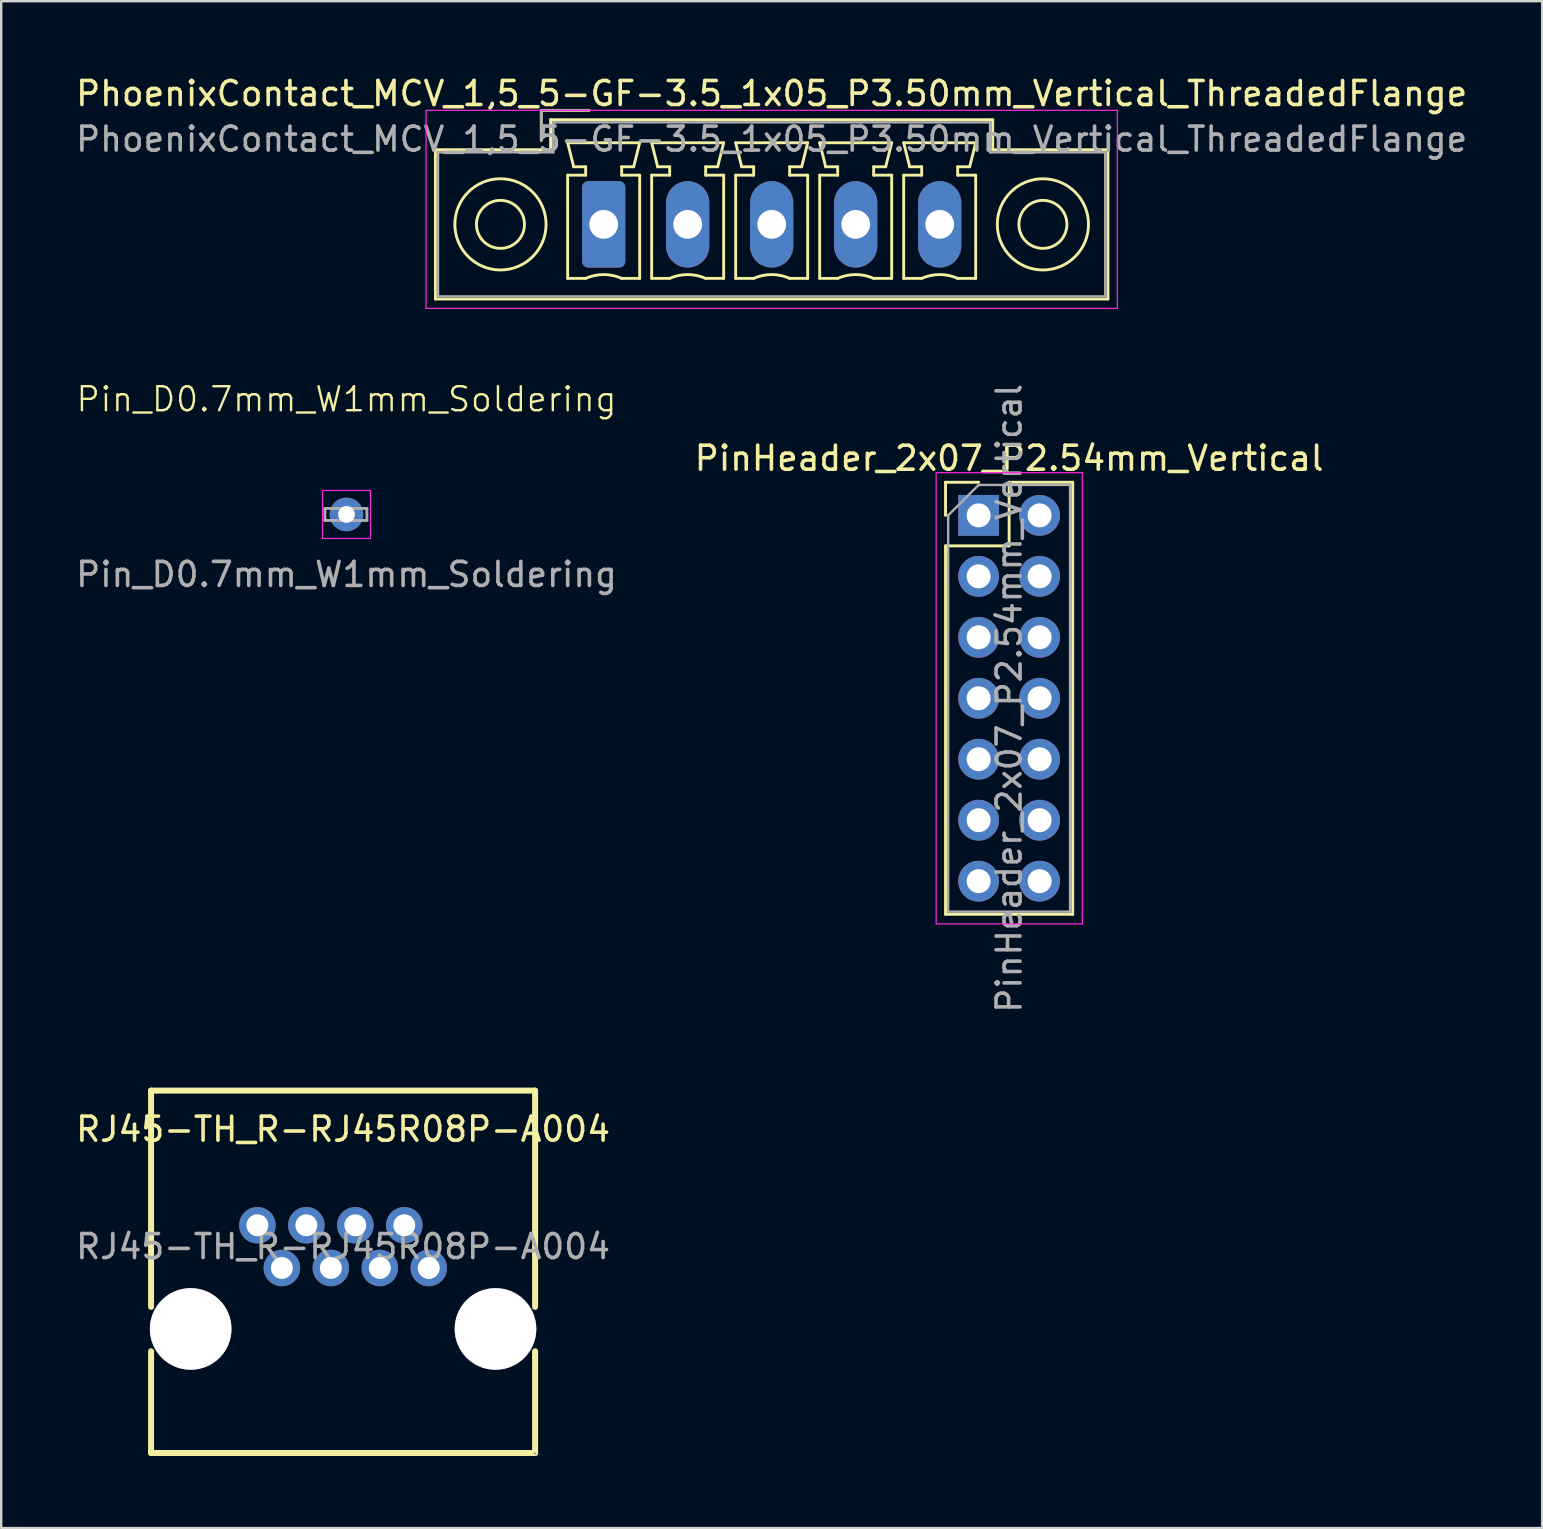
<source format=kicad_pcb>
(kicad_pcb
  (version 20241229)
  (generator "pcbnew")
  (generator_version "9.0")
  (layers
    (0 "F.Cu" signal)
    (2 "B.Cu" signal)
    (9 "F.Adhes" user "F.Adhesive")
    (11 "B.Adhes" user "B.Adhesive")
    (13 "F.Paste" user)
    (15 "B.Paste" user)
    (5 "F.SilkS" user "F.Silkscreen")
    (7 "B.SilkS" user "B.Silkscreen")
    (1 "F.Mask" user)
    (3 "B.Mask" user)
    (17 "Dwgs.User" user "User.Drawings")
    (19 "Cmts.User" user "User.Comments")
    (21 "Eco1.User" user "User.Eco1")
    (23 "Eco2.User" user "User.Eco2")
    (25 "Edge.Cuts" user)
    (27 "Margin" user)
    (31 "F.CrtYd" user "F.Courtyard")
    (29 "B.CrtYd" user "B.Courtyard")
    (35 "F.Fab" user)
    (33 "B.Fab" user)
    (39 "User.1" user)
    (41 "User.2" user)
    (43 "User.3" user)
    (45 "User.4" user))
  (footprint "PhoenixContact_MCV_1,5_5-GF-3.5_1x05_P3.50mm_Vertical_ThreadedFlange"
    (layer "F.Cu")
    (at 22.101 6.298)
    (property "Reference" "PhoenixContact_MCV_1,5_5-GF-3.5_1x05_P3.50mm_Vertical_ThreadedFlange" (at 7 -5.45 0) (layer "F.SilkS") (effects (font (size 1 1) (thickness 0.15))))
    (attr through_hole)
    (fp_line (start -7.01 -3.11) (end -7.01 3.11) (stroke (width 0.12) (type solid)) (layer "F.SilkS"))
    (fp_line (start -7.01 3.11) (end 21.01 3.11) (stroke (width 0.12) (type solid)) (layer "F.SilkS"))
    (fp_line (start -2.6 -4.75) (end -0.6 -4.75) (stroke (width 0.12) (type solid)) (layer "F.SilkS"))
    (fp_line (start -2.6 -3.5) (end -2.6 -4.75) (stroke (width 0.12) (type solid)) (layer "F.SilkS"))
    (fp_line (start -2.21 -4.36) (end -2.21 -3.11) (stroke (width 0.12) (type solid)) (layer "F.SilkS"))
    (fp_line (start -2.21 -3.11) (end -7.01 -3.11) (stroke (width 0.12) (type solid)) (layer "F.SilkS"))
    (fp_line (start -1.5 -3.4) (end 1.5 -3.4) (stroke (width 0.12) (type solid)) (layer "F.SilkS"))
    (fp_line (start -1.5 -2.05) (end -0.75 -2.05) (stroke (width 0.12) (type solid)) (layer "F.SilkS"))
    (fp_line (start -1.5 2.25) (end -1.5 -2.05) (stroke (width 0.12) (type solid)) (layer "F.SilkS"))
    (fp_line (start -1.25 -2.4) (end -1.5 -3.4) (stroke (width 0.12) (type solid)) (layer "F.SilkS"))
    (fp_line (start -0.75 -2.4) (end -1.25 -2.4) (stroke (width 0.12) (type solid)) (layer "F.SilkS"))
    (fp_line (start -0.75 -2.05) (end -0.75 -2.4) (stroke (width 0.12) (type solid)) (layer "F.SilkS"))
    (fp_line (start -0.75 2.25) (end -1.5 2.25) (stroke (width 0.12) (type solid)) (layer "F.SilkS"))
    (fp_line (start 0.75 -2.4) (end 0.75 -2.05) (stroke (width 0.12) (type solid)) (layer "F.SilkS"))
    (fp_line (start 0.75 -2.05) (end 1.5 -2.05) (stroke (width 0.12) (type solid)) (layer "F.SilkS"))
    (fp_line (start 1.25 -2.4) (end 0.75 -2.4) (stroke (width 0.12) (type solid)) (layer "F.SilkS"))
    (fp_line (start 1.5 -3.4) (end 1.25 -2.4) (stroke (width 0.12) (type solid)) (layer "F.SilkS"))
    (fp_line (start 1.5 -2.05) (end 1.5 2.25) (stroke (width 0.12) (type solid)) (layer "F.SilkS"))
    (fp_line (start 1.5 2.25) (end 0.75 2.25) (stroke (width 0.12) (type solid)) (layer "F.SilkS"))
    (fp_line (start 2 -3.4) (end 5 -3.4) (stroke (width 0.12) (type solid)) (layer "F.SilkS"))
    (fp_line (start 2 -2.05) (end 2.75 -2.05) (stroke (width 0.12) (type solid)) (layer "F.SilkS"))
    (fp_line (start 2 2.25) (end 2 -2.05) (stroke (width 0.12) (type solid)) (layer "F.SilkS"))
    (fp_line (start 2.25 -2.4) (end 2 -3.4) (stroke (width 0.12) (type solid)) (layer "F.SilkS"))
    (fp_line (start 2.75 -2.4) (end 2.25 -2.4) (stroke (width 0.12) (type solid)) (layer "F.SilkS"))
    (fp_line (start 2.75 -2.05) (end 2.75 -2.4) (stroke (width 0.12) (type solid)) (layer "F.SilkS"))
    (fp_line (start 2.75 2.25) (end 2 2.25) (stroke (width 0.12) (type solid)) (layer "F.SilkS"))
    (fp_line (start 4.25 -2.4) (end 4.25 -2.05) (stroke (width 0.12) (type solid)) (layer "F.SilkS"))
    (fp_line (start 4.25 -2.05) (end 5 -2.05) (stroke (width 0.12) (type solid)) (layer "F.SilkS"))
    (fp_line (start 4.75 -2.4) (end 4.25 -2.4) (stroke (width 0.12) (type solid)) (layer "F.SilkS"))
    (fp_line (start 5 -3.4) (end 4.75 -2.4) (stroke (width 0.12) (type solid)) (layer "F.SilkS"))
    (fp_line (start 5 -2.05) (end 5 2.25) (stroke (width 0.12) (type solid)) (layer "F.SilkS"))
    (fp_line (start 5 2.25) (end 4.25 2.25) (stroke (width 0.12) (type solid)) (layer "F.SilkS"))
    (fp_line (start 5.5 -3.4) (end 8.5 -3.4) (stroke (width 0.12) (type solid)) (layer "F.SilkS"))
    (fp_line (start 5.5 -2.05) (end 6.25 -2.05) (stroke (width 0.12) (type solid)) (layer "F.SilkS"))
    (fp_line (start 5.5 2.25) (end 5.5 -2.05) (stroke (width 0.12) (type solid)) (layer "F.SilkS"))
    (fp_line (start 5.75 -2.4) (end 5.5 -3.4) (stroke (width 0.12) (type solid)) (layer "F.SilkS"))
    (fp_line (start 6.25 -2.4) (end 5.75 -2.4) (stroke (width 0.12) (type solid)) (layer "F.SilkS"))
    (fp_line (start 6.25 -2.05) (end 6.25 -2.4) (stroke (width 0.12) (type solid)) (layer "F.SilkS"))
    (fp_line (start 6.25 2.25) (end 5.5 2.25) (stroke (width 0.12) (type solid)) (layer "F.SilkS"))
    (fp_line (start 7.75 -2.4) (end 7.75 -2.05) (stroke (width 0.12) (type solid)) (layer "F.SilkS"))
    (fp_line (start 7.75 -2.05) (end 8.5 -2.05) (stroke (width 0.12) (type solid)) (layer "F.SilkS"))
    (fp_line (start 8.25 -2.4) (end 7.75 -2.4) (stroke (width 0.12) (type solid)) (layer "F.SilkS"))
    (fp_line (start 8.5 -3.4) (end 8.25 -2.4) (stroke (width 0.12) (type solid)) (layer "F.SilkS"))
    (fp_line (start 8.5 -2.05) (end 8.5 2.25) (stroke (width 0.12) (type solid)) (layer "F.SilkS"))
    (fp_line (start 8.5 2.25) (end 7.75 2.25) (stroke (width 0.12) (type solid)) (layer "F.SilkS"))
    (fp_line (start 9 -3.4) (end 12 -3.4) (stroke (width 0.12) (type solid)) (layer "F.SilkS"))
    (fp_line (start 9 -2.05) (end 9.75 -2.05) (stroke (width 0.12) (type solid)) (layer "F.SilkS"))
    (fp_line (start 9 2.25) (end 9 -2.05) (stroke (width 0.12) (type solid)) (layer "F.SilkS"))
    (fp_line (start 9.25 -2.4) (end 9 -3.4) (stroke (width 0.12) (type solid)) (layer "F.SilkS"))
    (fp_line (start 9.75 -2.4) (end 9.25 -2.4) (stroke (width 0.12) (type solid)) (layer "F.SilkS"))
    (fp_line (start 9.75 -2.05) (end 9.75 -2.4) (stroke (width 0.12) (type solid)) (layer "F.SilkS"))
    (fp_line (start 9.75 2.25) (end 9 2.25) (stroke (width 0.12) (type solid)) (layer "F.SilkS"))
    (fp_line (start 11.25 -2.4) (end 11.25 -2.05) (stroke (width 0.12) (type solid)) (layer "F.SilkS"))
    (fp_line (start 11.25 -2.05) (end 12 -2.05) (stroke (width 0.12) (type solid)) (layer "F.SilkS"))
    (fp_line (start 11.75 -2.4) (end 11.25 -2.4) (stroke (width 0.12) (type solid)) (layer "F.SilkS"))
    (fp_line (start 12 -3.4) (end 11.75 -2.4) (stroke (width 0.12) (type solid)) (layer "F.SilkS"))
    (fp_line (start 12 -2.05) (end 12 2.25) (stroke (width 0.12) (type solid)) (layer "F.SilkS"))
    (fp_line (start 12 2.25) (end 11.25 2.25) (stroke (width 0.12) (type solid)) (layer "F.SilkS"))
    (fp_line (start 12.5 -3.4) (end 15.5 -3.4) (stroke (width 0.12) (type solid)) (layer "F.SilkS"))
    (fp_line (start 12.5 -2.05) (end 13.25 -2.05) (stroke (width 0.12) (type solid)) (layer "F.SilkS"))
    (fp_line (start 12.5 2.25) (end 12.5 -2.05) (stroke (width 0.12) (type solid)) (layer "F.SilkS"))
    (fp_line (start 12.75 -2.4) (end 12.5 -3.4) (stroke (width 0.12) (type solid)) (layer "F.SilkS"))
    (fp_line (start 13.25 -2.4) (end 12.75 -2.4) (stroke (width 0.12) (type solid)) (layer "F.SilkS"))
    (fp_line (start 13.25 -2.05) (end 13.25 -2.4) (stroke (width 0.12) (type solid)) (layer "F.SilkS"))
    (fp_line (start 13.25 2.25) (end 12.5 2.25) (stroke (width 0.12) (type solid)) (layer "F.SilkS"))
    (fp_line (start 14.75 -2.4) (end 14.75 -2.05) (stroke (width 0.12) (type solid)) (layer "F.SilkS"))
    (fp_line (start 14.75 -2.05) (end 15.5 -2.05) (stroke (width 0.12) (type solid)) (layer "F.SilkS"))
    (fp_line (start 15.25 -2.4) (end 14.75 -2.4) (stroke (width 0.12) (type solid)) (layer "F.SilkS"))
    (fp_line (start 15.5 -3.4) (end 15.25 -2.4) (stroke (width 0.12) (type solid)) (layer "F.SilkS"))
    (fp_line (start 15.5 -2.05) (end 15.5 2.25) (stroke (width 0.12) (type solid)) (layer "F.SilkS"))
    (fp_line (start 15.5 2.25) (end 14.75 2.25) (stroke (width 0.12) (type solid)) (layer "F.SilkS"))
    (fp_line (start 16.21 -4.36) (end -2.21 -4.36) (stroke (width 0.12) (type solid)) (layer "F.SilkS"))
    (fp_line (start 16.21 -3.11) (end 16.21 -4.36) (stroke (width 0.12) (type solid)) (layer "F.SilkS"))
    (fp_line (start 21.01 -3.11) (end 16.21 -3.11) (stroke (width 0.12) (type solid)) (layer "F.SilkS"))
    (fp_line (start 21.01 3.11) (end 21.01 -3.11) (stroke (width 0.12) (type solid)) (layer "F.SilkS"))
    (fp_arc (start -0.75 2.25) (mid -0.000193 2.09191) (end 0.749647 2.249844) (stroke (width 0.12) (type solid)) (layer "F.SilkS"))
    (fp_arc (start 2.75 2.25) (mid 3.499807 2.09191) (end 4.249647 2.249844) (stroke (width 0.12) (type solid)) (layer "F.SilkS"))
    (fp_arc (start 6.25 2.25) (mid 6.999807 2.09191) (end 7.749647 2.249844) (stroke (width 0.12) (type solid)) (layer "F.SilkS"))
    (fp_arc (start 9.75 2.25) (mid 10.499807 2.09191) (end 11.249647 2.249844) (stroke (width 0.12) (type solid)) (layer "F.SilkS"))
    (fp_arc (start 13.25 2.25) (mid 13.999807 2.09191) (end 14.749647 2.249844) (stroke (width 0.12) (type solid)) (layer "F.SilkS"))
    (fp_circle (center -4.3 0) (end -3.3 0) (stroke (width 0.12) (type solid)) (fill no) (layer "F.SilkS"))
    (fp_circle (center -4.3 0) (end -2.4 0) (stroke (width 0.12) (type solid)) (fill no) (layer "F.SilkS"))
    (fp_circle (center 18.3 0) (end 19.3 0) (stroke (width 0.12) (type solid)) (fill no) (layer "F.SilkS"))
    (fp_circle (center 18.3 0) (end 20.2 0) (stroke (width 0.12) (type solid)) (fill no) (layer "F.SilkS"))
    (fp_line (start -7.4 -4.75) (end -7.4 3.5) (stroke (width 0.05) (type solid)) (layer "F.CrtYd"))
    (fp_line (start -7.4 3.5) (end 21.4 3.5) (stroke (width 0.05) (type solid)) (layer "F.CrtYd"))
    (fp_line (start 21.4 -4.75) (end -7.4 -4.75) (stroke (width 0.05) (type solid)) (layer "F.CrtYd"))
    (fp_line (start 21.4 3.5) (end 21.4 -4.75) (stroke (width 0.05) (type solid)) (layer "F.CrtYd"))
    (fp_line (start -6.9 -3) (end -6.9 3) (stroke (width 0.1) (type solid)) (layer "F.Fab"))
    (fp_line (start -6.9 3) (end 20.9 3) (stroke (width 0.1) (type solid)) (layer "F.Fab"))
    (fp_line (start -2.6 -4.75) (end -0.6 -4.75) (stroke (width 0.1) (type solid)) (layer "F.Fab"))
    (fp_line (start -2.6 -3.5) (end -2.6 -4.75) (stroke (width 0.1) (type solid)) (layer "F.Fab"))
    (fp_line (start -2.1 -4.25) (end -2.1 -3) (stroke (width 0.1) (type solid)) (layer "F.Fab"))
    (fp_line (start -2.1 -3) (end -6.9 -3) (stroke (width 0.1) (type solid)) (layer "F.Fab"))
    (fp_line (start 16.1 -4.25) (end -2.1 -4.25) (stroke (width 0.1) (type solid)) (layer "F.Fab"))
    (fp_line (start 16.1 -3) (end 16.1 -4.25) (stroke (width 0.1) (type solid)) (layer "F.Fab"))
    (fp_line (start 20.9 -3) (end 16.1 -3) (stroke (width 0.1) (type solid)) (layer "F.Fab"))
    (fp_line (start 20.9 3) (end 20.9 -3) (stroke (width 0.1) (type solid)) (layer "F.Fab"))
    (fp_text user "${REFERENCE}" (at 7 -3.55 0) (layer "F.Fab") (effects (font (size 1 1) (thickness 0.15))))
    (pad "1" thru_hole roundrect (at 0 0) (size 1.8 3.6) (drill 1.2) (layers "*.Cu" "*.Mask") (roundrect_rratio 0.139))
    (pad "2" thru_hole oval (at 3.5 0) (size 1.8 3.6) (drill 1.2) (layers "*.Cu" "*.Mask"))
    (pad "3" thru_hole oval (at 7 0) (size 1.8 3.6) (drill 1.2) (layers "*.Cu" "*.Mask"))
    (pad "4" thru_hole oval (at 10.5 0) (size 1.8 3.6) (drill 1.2) (layers "*.Cu" "*.Mask"))
    (pad "5" thru_hole oval (at 14 0) (size 1.8 3.6) (drill 1.2) (layers "*.Cu" "*.Mask")))
  (footprint "PinHeader_2x07_P2.54mm_Vertical"
    (layer "F.Cu")
    (at 37.724 18.423)
    (property "Reference" "PinHeader_2x07_P2.54mm_Vertical" (at 1.27 -2.38 0) (layer "F.SilkS") (effects (font (size 1 1) (thickness 0.15))))
    (attr through_hole)
    (fp_line (start -1.38 -1.38) (end 0 -1.38) (stroke (width 0.12) (type solid)) (layer "F.SilkS"))
    (fp_line (start -1.38 0) (end -1.38 -1.38) (stroke (width 0.12) (type solid)) (layer "F.SilkS"))
    (fp_line (start -1.38 1.27) (end -1.38 16.62) (stroke (width 0.12) (type solid)) (layer "F.SilkS"))
    (fp_line (start -1.38 1.27) (end 1.27 1.27) (stroke (width 0.12) (type solid)) (layer "F.SilkS"))
    (fp_line (start -1.38 16.62) (end 3.92 16.62) (stroke (width 0.12) (type solid)) (layer "F.SilkS"))
    (fp_line (start 1.27 -1.38) (end 3.92 -1.38) (stroke (width 0.12) (type solid)) (layer "F.SilkS"))
    (fp_line (start 1.27 1.27) (end 1.27 -1.38) (stroke (width 0.12) (type solid)) (layer "F.SilkS"))
    (fp_line (start 3.92 -1.38) (end 3.92 16.62) (stroke (width 0.12) (type solid)) (layer "F.SilkS"))
    (fp_line (start -1.77 -1.78) (end -1.77 17.02) (stroke (width 0.05) (type solid)) (layer "F.CrtYd"))
    (fp_line (start -1.77 17.02) (end 4.32 17.02) (stroke (width 0.05) (type solid)) (layer "F.CrtYd"))
    (fp_line (start 4.32 -1.78) (end -1.77 -1.78) (stroke (width 0.05) (type solid)) (layer "F.CrtYd"))
    (fp_line (start 4.32 17.02) (end 4.32 -1.78) (stroke (width 0.05) (type solid)) (layer "F.CrtYd"))
    (fp_line (start -1.27 0) (end 0 -1.27) (stroke (width 0.1) (type solid)) (layer "F.Fab"))
    (fp_line (start -1.27 16.51) (end -1.27 0) (stroke (width 0.1) (type solid)) (layer "F.Fab"))
    (fp_line (start 0 -1.27) (end 3.81 -1.27) (stroke (width 0.1) (type solid)) (layer "F.Fab"))
    (fp_line (start 3.81 -1.27) (end 3.81 16.51) (stroke (width 0.1) (type solid)) (layer "F.Fab"))
    (fp_line (start 3.81 16.51) (end -1.27 16.51) (stroke (width 0.1) (type solid)) (layer "F.Fab"))
    (fp_text user "${REFERENCE}" (at 1.27 7.62 90) (layer "F.Fab") (effects (font (size 1 1) (thickness 0.15))))
    (pad "1" thru_hole rect (at 0 0) (size 1.7 1.7) (drill 1) (layers "*.Cu" "*.Mask"))
    (pad "2" thru_hole circle (at 2.54 0) (size 1.7 1.7) (drill 1) (layers "*.Cu" "*.Mask"))
    (pad "3" thru_hole circle (at 0 2.54) (size 1.7 1.7) (drill 1) (layers "*.Cu" "*.Mask"))
    (pad "4" thru_hole circle (at 2.54 2.54) (size 1.7 1.7) (drill 1) (layers "*.Cu" "*.Mask"))
    (pad "5" thru_hole circle (at 0 5.08) (size 1.7 1.7) (drill 1) (layers "*.Cu" "*.Mask"))
    (pad "6" thru_hole circle (at 2.54 5.08) (size 1.7 1.7) (drill 1) (layers "*.Cu" "*.Mask"))
    (pad "7" thru_hole circle (at 0 7.62) (size 1.7 1.7) (drill 1) (layers "*.Cu" "*.Mask"))
    (pad "8" thru_hole circle (at 2.54 7.62) (size 1.7 1.7) (drill 1) (layers "*.Cu" "*.Mask"))
    (pad "9" thru_hole circle (at 0 10.16) (size 1.7 1.7) (drill 1) (layers "*.Cu" "*.Mask"))
    (pad "10" thru_hole circle (at 2.54 10.16) (size 1.7 1.7) (drill 1) (layers "*.Cu" "*.Mask"))
    (pad "11" thru_hole circle (at 0 12.7) (size 1.7 1.7) (drill 1) (layers "*.Cu" "*.Mask"))
    (pad "12" thru_hole circle (at 2.54 12.7) (size 1.7 1.7) (drill 1) (layers "*.Cu" "*.Mask"))
    (pad "13" thru_hole circle (at 0 15.24) (size 1.7 1.7) (drill 1) (layers "*.Cu" "*.Mask"))
    (pad "14" thru_hole circle (at 2.54 15.24) (size 1.7 1.7) (drill 1) (layers "*.Cu" "*.Mask")))
  (footprint "Pin_D0.7mm_W1mm_Soldering"
    (layer "F.Cu")
    (at 11.387 18.384)
    (property "Reference" "Pin_D0.7mm_W1mm_Soldering" (at 0 -4.8 0) (unlocked yes) (layer "F.SilkS") (effects (font (size 1 1) (thickness 0.1))))
    (attr smd)
    (fp_rect (start -1 -1) (end 1 1) (stroke (width 0.05) (type default)) (fill no) (layer "F.CrtYd"))
    (fp_line (start -0.9 -0.25) (end 0.85 -0.25) (stroke (width 0.12) (type solid)) (layer "F.Fab"))
    (fp_line (start -0.9 0.25) (end -0.9 -0.25) (stroke (width 0.12) (type solid)) (layer "F.Fab"))
    (fp_line (start 0.85 -0.25) (end 0.85 0.25) (stroke (width 0.12) (type solid)) (layer "F.Fab"))
    (fp_line (start 0.85 0.25) (end -0.9 0.25) (stroke (width 0.12) (type solid)) (layer "F.Fab"))
    (fp_text user "${REFERENCE}" (at 0 2.5 0) (unlocked yes) (layer "F.Fab") (effects (font (size 1 1) (thickness 0.15))))
    (pad "1" thru_hole circle (at 0 0) (size 1.4 1.4) (drill 0.7) (layers "*.Cu" "*.Mask")))
  (footprint "RJ45-TH_R-RJ45R08P-A004"
    (layer "F.Cu")
    (at 11.244 48.889)
    (property "Reference" "RJ45-TH_R-RJ45R08P-A004" (at 0 -4.89 0) (layer "F.SilkS") (effects (font (size 1 1) (thickness 0.15))))
    (attr through_hole)
    (fp_line (start -8 -6.5) (end 8 -6.5) (stroke (width 0.25) (type solid)) (layer "F.SilkS"))
    (fp_line (start -8 2.51) (end -8 -6.5) (stroke (width 0.25) (type solid)) (layer "F.SilkS"))
    (fp_line (start -8 8.6) (end -8 4.36) (stroke (width 0.25) (type solid)) (layer "F.SilkS"))
    (fp_line (start 8 -6.5) (end 8 2.51) (stroke (width 0.25) (type solid)) (layer "F.SilkS"))
    (fp_line (start 8 4.36) (end 8 8.6) (stroke (width 0.25) (type solid)) (layer "F.SilkS"))
    (fp_line (start 8 8.6) (end -8 8.6) (stroke (width 0.25) (type solid)) (layer "F.SilkS"))
    (fp_circle (center -6.35 3.43) (end -5.55 3.43) (stroke (width 1.6) (type solid)) (fill no) (layer "Cmts.User"))
    (fp_circle (center 6.35 3.43) (end 7.15 3.43) (stroke (width 1.6) (type solid)) (fill no) (layer "Cmts.User"))
    (fp_circle (center -3.57 -0.89) (end -3.45 -0.89) (stroke (width 0.25) (type solid)) (fill no) (layer "F.Fab"))
    (fp_circle (center -2.55 0.89) (end -2.43 0.89) (stroke (width 0.25) (type solid)) (fill no) (layer "F.Fab"))
    (fp_circle (center -1.53 -0.89) (end -1.41 -0.89) (stroke (width 0.25) (type solid)) (fill no) (layer "F.Fab"))
    (fp_circle (center -0.51 0.89) (end -0.39 0.89) (stroke (width 0.25) (type solid)) (fill no) (layer "F.Fab"))
    (fp_circle (center 0.51 -0.89) (end 0.63 -0.89) (stroke (width 0.25) (type solid)) (fill no) (layer "F.Fab"))
    (fp_circle (center 1.53 0.89) (end 1.65 0.89) (stroke (width 0.25) (type solid)) (fill no) (layer "F.Fab"))
    (fp_circle (center 2.55 -0.89) (end 2.67 -0.89) (stroke (width 0.25) (type solid)) (fill no) (layer "F.Fab"))
    (fp_circle (center 3.57 0.89) (end 3.69 0.89) (stroke (width 0.25) (type solid)) (fill no) (layer "F.Fab"))
    (fp_circle (center 8 8.62) (end 8.03 8.62) (stroke (width 0.06) (type solid)) (fill no) (layer "F.Fab"))
    (fp_text user "${REFERENCE}" (at 0 0 0) (layer "F.Fab") (effects (font (size 1 1) (thickness 0.15))))
    (pad "" thru_hole circle (at -6.35 3.43) (size 3.4 3.4) (drill 3.4) (layers "*.Cu" "*.Mask"))
    (pad "" thru_hole circle (at 6.35 3.43) (size 3.4 3.4) (drill 3.4) (layers "*.Cu" "*.Mask"))
    (pad "1" thru_hole circle (at 3.57 0.89) (size 1.52 1.52) (drill 0.914) (layers "*.Cu" "*.Mask"))
    (pad "2" thru_hole circle (at 2.55 -0.89) (size 1.52 1.52) (drill 0.914) (layers "*.Cu" "*.Mask"))
    (pad "3" thru_hole circle (at 1.53 0.89) (size 1.52 1.52) (drill 0.914) (layers "*.Cu" "*.Mask"))
    (pad "4" thru_hole circle (at 0.51 -0.89) (size 1.52 1.52) (drill 0.914) (layers "*.Cu" "*.Mask"))
    (pad "5" thru_hole circle (at -0.51 0.89) (size 1.52 1.52) (drill 0.914) (layers "*.Cu" "*.Mask"))
    (pad "6" thru_hole circle (at -1.53 -0.89) (size 1.52 1.52) (drill 0.914) (layers "*.Cu" "*.Mask"))
    (pad "7" thru_hole circle (at -2.55 0.89) (size 1.52 1.52) (drill 0.914) (layers "*.Cu" "*.Mask"))
    (pad "8" thru_hole circle (at -3.57 -0.89) (size 1.52 1.52) (drill 0.914) (layers "*.Cu" "*.Mask")))
  (gr_rect
    (start -3 -3)
    (end 61.202 60.614)
    (stroke (width 0.1) (type default))
    (fill no)
    (layer "Edge.Cuts")))
</source>
